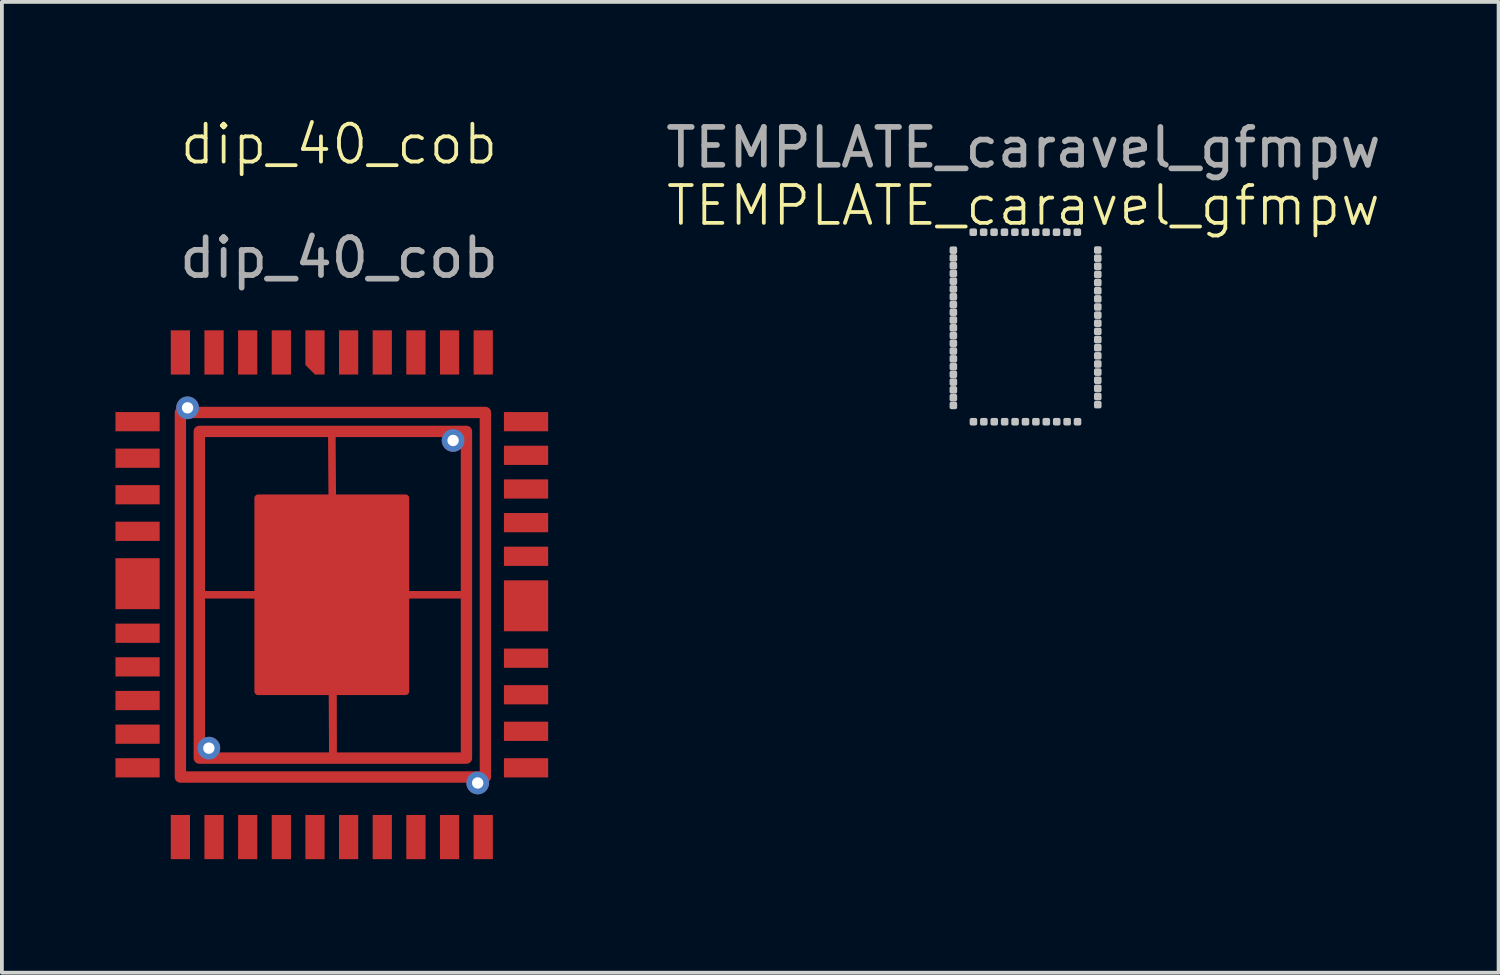
<source format=kicad_pcb>
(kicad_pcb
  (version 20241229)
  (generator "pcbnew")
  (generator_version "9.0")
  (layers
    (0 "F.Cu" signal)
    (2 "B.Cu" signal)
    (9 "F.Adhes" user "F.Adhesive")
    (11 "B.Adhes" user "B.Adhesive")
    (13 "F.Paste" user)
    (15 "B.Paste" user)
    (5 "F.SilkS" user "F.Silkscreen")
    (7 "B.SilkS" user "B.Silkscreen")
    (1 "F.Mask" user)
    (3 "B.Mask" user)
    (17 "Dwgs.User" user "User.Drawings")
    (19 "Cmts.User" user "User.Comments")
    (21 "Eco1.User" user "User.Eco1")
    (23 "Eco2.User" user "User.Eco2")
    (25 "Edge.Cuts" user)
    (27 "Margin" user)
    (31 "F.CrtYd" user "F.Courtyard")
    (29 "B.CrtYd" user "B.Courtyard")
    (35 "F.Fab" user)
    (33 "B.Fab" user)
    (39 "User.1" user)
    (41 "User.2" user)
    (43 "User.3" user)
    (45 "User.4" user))
  (footprint "dip_40_cob"
    (layer "F.Cu")
    (at 5.715 12.661)
    (property "Reference" "dip_40_cob" (at 0.19 -11.9 0) (unlocked yes) (layer "F.SilkS") (effects (font (size 1 1) (thickness 0.1))))
    (attr smd)
    (fp_line (start 0 0) (end -3.5 0) (stroke (width 0.2) (type default)) (layer "F.Cu"))
    (fp_line (start 0.029 0) (end 0 -4.315) (stroke (width 0.2) (type default)) (layer "F.Cu"))
    (fp_line (start 0.029 0) (end 0.029 4.3) (stroke (width 0.2) (type default)) (layer "F.Cu"))
    (fp_line (start 0.029 4.3) (end 0 0) (stroke (width 0.2) (type default)) (layer "F.Cu"))
    (fp_line (start 0.3 0) (end 3.557 0) (stroke (width 0.2) (type default)) (layer "F.Cu"))
    (fp_rect (start -4 -4.815) (end 4.057 4.815) (stroke (width 0.3) (type solid)) (fill no) (layer "F.Cu"))
    (fp_rect (start -3.5 -4.315) (end 3.557 4.315) (stroke (width 0.3) (type solid)) (fill no) (layer "F.Cu"))
    (fp_rect (start -1.945 -2.55) (end 1.945 2.55) (stroke (width 0.2) (type solid)) (fill yes) (layer "F.Cu"))
    (fp_rect (start -5.605 -6.903) (end 5.649 6.903) (stroke (width 0.1) (type solid)) (fill yes) (layer "F.Mask"))
    (fp_text user "${REFERENCE}" (at 0.19 -8.9 0) (unlocked yes) (layer "F.Fab") (effects (font (size 1 1) (thickness 0.15))))
    (pad "1" smd roundrect (at -0.444 -6.401) (size 0.508 1.168) (layers "F.Cu") (roundrect_rratio 0) (chamfer_ratio 0.5) (chamfer bottom_left))
    (pad "2" smd rect (at -1.333 -6.401) (size 0.508 1.168) (layers "F.Cu"))
    (pad "3" smd rect (at -2.222 -6.401) (size 0.508 1.168) (layers "F.Cu"))
    (pad "4" smd rect (at -3.111 -6.401) (size 0.508 1.168) (layers "F.Cu"))
    (pad "5" smd rect (at -4 -6.401) (size 0.508 1.168) (layers "F.Cu"))
    (pad "6" smd rect (at -5.131 -4.572 90) (size 0.508 1.168) (layers "F.Cu"))
    (pad "7" smd rect (at -5.131 -3.607 90) (size 0.508 1.168) (layers "F.Cu"))
    (pad "8" smd rect (at -5.131 -2.642 90) (size 0.508 1.168) (layers "F.Cu"))
    (pad "9" smd rect (at -5.131 -1.676 90) (size 0.508 1.168) (layers "F.Cu"))
    (pad "10" smd rect (at -5.131 -0.292 90) (size 1.346 1.168) (layers "F.Cu"))
    (pad "11" smd rect (at -5.131 1.016 90) (size 0.508 1.168) (layers "F.Cu"))
    (pad "12" smd rect (at -5.131 1.905 90) (size 0.508 1.168) (layers "F.Cu"))
    (pad "13" smd rect (at -5.131 2.794 90) (size 0.508 1.168) (layers "F.Cu"))
    (pad "14" smd rect (at -5.131 3.683 90) (size 0.508 1.168) (layers "F.Cu"))
    (pad "15" smd rect (at -5.131 4.572 90) (size 0.508 1.168) (layers "F.Cu"))
    (pad "16" smd rect (at -4 6.401) (size 0.508 1.168) (layers "F.Cu"))
    (pad "17" smd rect (at -3.111 6.401) (size 0.508 1.168) (layers "F.Cu"))
    (pad "18" smd rect (at -2.222 6.401) (size 0.508 1.168) (layers "F.Cu"))
    (pad "19" smd rect (at -1.333 6.401) (size 0.508 1.168) (layers "F.Cu"))
    (pad "20" smd rect (at -0.444 6.401) (size 0.508 1.168) (layers "F.Cu"))
    (pad "21" smd rect (at 0.444 6.401) (size 0.508 1.168) (layers "F.Cu"))
    (pad "22" smd rect (at 1.333 6.401) (size 0.508 1.168) (layers "F.Cu"))
    (pad "23" smd rect (at 2.222 6.401) (size 0.508 1.168) (layers "F.Cu"))
    (pad "24" smd rect (at 3.111 6.401) (size 0.508 1.168) (layers "F.Cu"))
    (pad "25" smd rect (at 4 6.401) (size 0.508 1.168) (layers "F.Cu"))
    (pad "26" smd rect (at 5.131 4.572 90) (size 0.508 1.168) (layers "F.Cu"))
    (pad "27" smd rect (at 5.131 3.607 90) (size 0.508 1.168) (layers "F.Cu"))
    (pad "28" smd rect (at 5.131 2.642 90) (size 0.508 1.168) (layers "F.Cu"))
    (pad "29" smd rect (at 5.131 1.676 90) (size 0.508 1.168) (layers "F.Cu"))
    (pad "30" smd rect (at 5.131 0.292 90) (size 1.346 1.168) (layers "F.Cu"))
    (pad "31" smd rect (at 5.131 -1.016 90) (size 0.508 1.168) (layers "F.Cu"))
    (pad "32" smd rect (at 5.131 -1.905 90) (size 0.508 1.168) (layers "F.Cu"))
    (pad "33" smd rect (at 5.131 -2.794 90) (size 0.508 1.168) (layers "F.Cu"))
    (pad "34" smd rect (at 5.131 -3.683 90) (size 0.508 1.168) (layers "F.Cu"))
    (pad "35" smd rect (at 5.131 -4.572 90) (size 0.508 1.168) (layers "F.Cu"))
    (pad "36" smd rect (at 4 -6.401) (size 0.508 1.168) (layers "F.Cu"))
    (pad "37" smd rect (at 3.111 -6.401) (size 0.508 1.168) (layers "F.Cu"))
    (pad "38" smd rect (at 2.222 -6.401) (size 0.508 1.168) (layers "F.Cu"))
    (pad "39" smd rect (at 1.333 -6.401) (size 0.508 1.168) (layers "F.Cu"))
    (pad "40" smd rect (at 0.444 -6.401) (size 0.508 1.168) (layers "F.Cu"))
    (pad "VDD" thru_hole circle (at -3.81 -4.938 270) (size 0.6 0.6) (drill 0.3) (layers "*.Cu" "*.Mask"))
    (pad "VDD" thru_hole circle (at 3.854 4.972 270) (size 0.6 0.6) (drill 0.3) (layers "*.Cu" "*.Mask"))
    (pad "VSS" thru_hole circle (at -3.248 4.052 270) (size 0.6 0.6) (drill 0.3) (layers "*.Cu" "*.Mask"))
    (pad "VSS" thru_hole circle (at 3.204 -4.076 270) (size 0.6 0.6) (drill 0.3) (layers "*.Cu" "*.Mask")))
  (footprint "TEMPLATE_caravel_gfmpw"
    (layer "F.Cu")
    (at 23.984 2.88)
    (property "Reference" "TEMPLATE_caravel_gfmpw" (at 0 -0.5 0) (unlocked yes) (layer "F.SilkS") (effects (font (size 1 1) (thickness 0.1))))
    (attr smd)
    (fp_rect (start -1.9 0.629) (end -1.8 0.729) (stroke (width 0.1) (type solid)) (fill no) (layer "Dwgs.User"))
    (fp_rect (start -1.9 0.834) (end -1.8 0.934) (stroke (width 0.1) (type solid)) (fill no) (layer "Dwgs.User"))
    (fp_rect (start -1.9 1.039) (end -1.8 1.139) (stroke (width 0.1) (type solid)) (fill no) (layer "Dwgs.User"))
    (fp_rect (start -1.9 1.244) (end -1.8 1.344) (stroke (width 0.1) (type solid)) (fill no) (layer "Dwgs.User"))
    (fp_rect (start -1.9 1.449) (end -1.8 1.549) (stroke (width 0.1) (type solid)) (fill no) (layer "Dwgs.User"))
    (fp_rect (start -1.9 1.654) (end -1.8 1.754) (stroke (width 0.1) (type solid)) (fill no) (layer "Dwgs.User"))
    (fp_rect (start -1.9 1.859) (end -1.8 1.959) (stroke (width 0.1) (type solid)) (fill no) (layer "Dwgs.User"))
    (fp_rect (start -1.9 2.064) (end -1.8 2.164) (stroke (width 0.1) (type solid)) (fill no) (layer "Dwgs.User"))
    (fp_rect (start -1.9 2.269) (end -1.8 2.369) (stroke (width 0.1) (type solid)) (fill no) (layer "Dwgs.User"))
    (fp_rect (start -1.9 2.474) (end -1.8 2.574) (stroke (width 0.1) (type solid)) (fill no) (layer "Dwgs.User"))
    (fp_rect (start -1.9 2.679) (end -1.8 2.779) (stroke (width 0.1) (type solid)) (fill no) (layer "Dwgs.User"))
    (fp_rect (start -1.9 2.884) (end -1.8 2.984) (stroke (width 0.1) (type solid)) (fill no) (layer "Dwgs.User"))
    (fp_rect (start -1.9 3.089) (end -1.8 3.189) (stroke (width 0.1) (type solid)) (fill no) (layer "Dwgs.User"))
    (fp_rect (start -1.9 3.294) (end -1.8 3.394) (stroke (width 0.1) (type solid)) (fill no) (layer "Dwgs.User"))
    (fp_rect (start -1.9 3.499) (end -1.8 3.599) (stroke (width 0.1) (type solid)) (fill no) (layer "Dwgs.User"))
    (fp_rect (start -1.9 3.704) (end -1.8 3.804) (stroke (width 0.1) (type solid)) (fill no) (layer "Dwgs.User"))
    (fp_rect (start -1.9 3.909) (end -1.8 4.009) (stroke (width 0.1) (type solid)) (fill no) (layer "Dwgs.User"))
    (fp_rect (start -1.9 4.114) (end -1.8 4.214) (stroke (width 0.1) (type solid)) (fill no) (layer "Dwgs.User"))
    (fp_rect (start -1.9 4.319) (end -1.8 4.419) (stroke (width 0.1) (type solid)) (fill no) (layer "Dwgs.User"))
    (fp_rect (start -1.9 4.524) (end -1.8 4.624) (stroke (width 0.1) (type solid)) (fill no) (layer "Dwgs.User"))
    (fp_rect (start -1.9 4.729) (end -1.8 4.829) (stroke (width 0.1) (type solid)) (fill no) (layer "Dwgs.User"))
    (fp_rect (start -1.375 0.154) (end -1.275 0.254) (stroke (width 0.1) (type solid)) (fill no) (layer "Dwgs.User"))
    (fp_rect (start -1.37 5.16) (end -1.27 5.26) (stroke (width 0.1) (type solid)) (fill no) (layer "Dwgs.User"))
    (fp_rect (start -1.1 0.154) (end -1 0.254) (stroke (width 0.1) (type solid)) (fill no) (layer "Dwgs.User"))
    (fp_rect (start -1.095 5.16) (end -0.995 5.26) (stroke (width 0.1) (type solid)) (fill no) (layer "Dwgs.User"))
    (fp_rect (start -0.825 0.154) (end -0.725 0.254) (stroke (width 0.1) (type solid)) (fill no) (layer "Dwgs.User"))
    (fp_rect (start -0.82 5.16) (end -0.72 5.26) (stroke (width 0.1) (type solid)) (fill no) (layer "Dwgs.User"))
    (fp_rect (start -0.55 0.154) (end -0.45 0.254) (stroke (width 0.1) (type solid)) (fill no) (layer "Dwgs.User"))
    (fp_rect (start -0.545 5.16) (end -0.445 5.26) (stroke (width 0.1) (type solid)) (fill no) (layer "Dwgs.User"))
    (fp_rect (start -0.275 0.154) (end -0.175 0.254) (stroke (width 0.1) (type solid)) (fill no) (layer "Dwgs.User"))
    (fp_rect (start -0.27 5.16) (end -0.17 5.26) (stroke (width 0.1) (type solid)) (fill no) (layer "Dwgs.User"))
    (fp_rect (start 0 0.154) (end 0.1 0.254) (stroke (width 0.1) (type solid)) (fill no) (layer "Dwgs.User"))
    (fp_rect (start 0.005 5.16) (end 0.105 5.26) (stroke (width 0.1) (type solid)) (fill no) (layer "Dwgs.User"))
    (fp_rect (start 0.275 0.154) (end 0.375 0.254) (stroke (width 0.1) (type solid)) (fill no) (layer "Dwgs.User"))
    (fp_rect (start 0.28 5.16) (end 0.38 5.26) (stroke (width 0.1) (type solid)) (fill no) (layer "Dwgs.User"))
    (fp_rect (start 0.55 0.154) (end 0.65 0.254) (stroke (width 0.1) (type solid)) (fill no) (layer "Dwgs.User"))
    (fp_rect (start 0.555 5.16) (end 0.655 5.26) (stroke (width 0.1) (type solid)) (fill no) (layer "Dwgs.User"))
    (fp_rect (start 0.825 0.154) (end 0.925 0.254) (stroke (width 0.1) (type solid)) (fill no) (layer "Dwgs.User"))
    (fp_rect (start 0.83 5.16) (end 0.93 5.26) (stroke (width 0.1) (type solid)) (fill no) (layer "Dwgs.User"))
    (fp_rect (start 1.1 0.154) (end 1.2 0.254) (stroke (width 0.1) (type solid)) (fill no) (layer "Dwgs.User"))
    (fp_rect (start 1.105 5.16) (end 1.205 5.26) (stroke (width 0.1) (type solid)) (fill no) (layer "Dwgs.User"))
    (fp_rect (start 1.375 0.154) (end 1.475 0.254) (stroke (width 0.1) (type solid)) (fill no) (layer "Dwgs.User"))
    (fp_rect (start 1.38 5.16) (end 1.48 5.26) (stroke (width 0.1) (type solid)) (fill no) (layer "Dwgs.User"))
    (fp_rect (start 1.915 0.625) (end 2.015 0.725) (stroke (width 0.1) (type solid)) (fill no) (layer "Dwgs.User"))
    (fp_rect (start 1.915 0.84) (end 2.015 0.94) (stroke (width 0.1) (type solid)) (fill no) (layer "Dwgs.User"))
    (fp_rect (start 1.915 1.054) (end 2.015 1.155) (stroke (width 0.1) (type solid)) (fill no) (layer "Dwgs.User"))
    (fp_rect (start 1.915 1.27) (end 2.015 1.369) (stroke (width 0.1) (type solid)) (fill no) (layer "Dwgs.User"))
    (fp_rect (start 1.915 1.484) (end 2.015 1.585) (stroke (width 0.1) (type solid)) (fill no) (layer "Dwgs.User"))
    (fp_rect (start 1.915 1.7) (end 2.015 1.8) (stroke (width 0.1) (type solid)) (fill no) (layer "Dwgs.User"))
    (fp_rect (start 1.915 1.915) (end 2.015 2.014) (stroke (width 0.1) (type solid)) (fill no) (layer "Dwgs.User"))
    (fp_rect (start 1.915 2.13) (end 2.015 2.229) (stroke (width 0.1) (type solid)) (fill no) (layer "Dwgs.User"))
    (fp_rect (start 1.915 2.345) (end 2.015 2.445) (stroke (width 0.1) (type solid)) (fill no) (layer "Dwgs.User"))
    (fp_rect (start 1.915 2.559) (end 2.015 2.659) (stroke (width 0.1) (type solid)) (fill no) (layer "Dwgs.User"))
    (fp_rect (start 1.915 2.775) (end 2.015 2.874) (stroke (width 0.1) (type solid)) (fill no) (layer "Dwgs.User"))
    (fp_rect (start 1.915 2.99) (end 2.015 3.09) (stroke (width 0.1) (type solid)) (fill no) (layer "Dwgs.User"))
    (fp_rect (start 1.915 3.204) (end 2.015 3.304) (stroke (width 0.1) (type solid)) (fill no) (layer "Dwgs.User"))
    (fp_rect (start 1.915 3.42) (end 2.015 3.519) (stroke (width 0.1) (type solid)) (fill no) (layer "Dwgs.User"))
    (fp_rect (start 1.915 3.635) (end 2.015 3.735) (stroke (width 0.1) (type solid)) (fill no) (layer "Dwgs.User"))
    (fp_rect (start 1.915 3.849) (end 2.015 3.95) (stroke (width 0.1) (type solid)) (fill no) (layer "Dwgs.User"))
    (fp_rect (start 1.915 4.064) (end 2.015 4.165) (stroke (width 0.1) (type solid)) (fill no) (layer "Dwgs.User"))
    (fp_rect (start 1.915 4.279) (end 2.015 4.38) (stroke (width 0.1) (type solid)) (fill no) (layer "Dwgs.User"))
    (fp_rect (start 1.915 4.495) (end 2.015 4.595) (stroke (width 0.1) (type solid)) (fill no) (layer "Dwgs.User"))
    (fp_rect (start 1.915 4.71) (end 2.015 4.809) (stroke (width 0.1) (type solid)) (fill no) (layer "Dwgs.User"))
    (fp_text user "${REFERENCE}" (at 0 -2.032 0) (unlocked yes) (layer "F.Fab") (effects (font (size 1 1) (thickness 0.15)))))
  (gr_rect
    (start -3 -3)
    (end 36.537 22.645)
    (stroke (width 0.1) (type default))
    (fill no)
    (layer "Edge.Cuts")))
</source>
